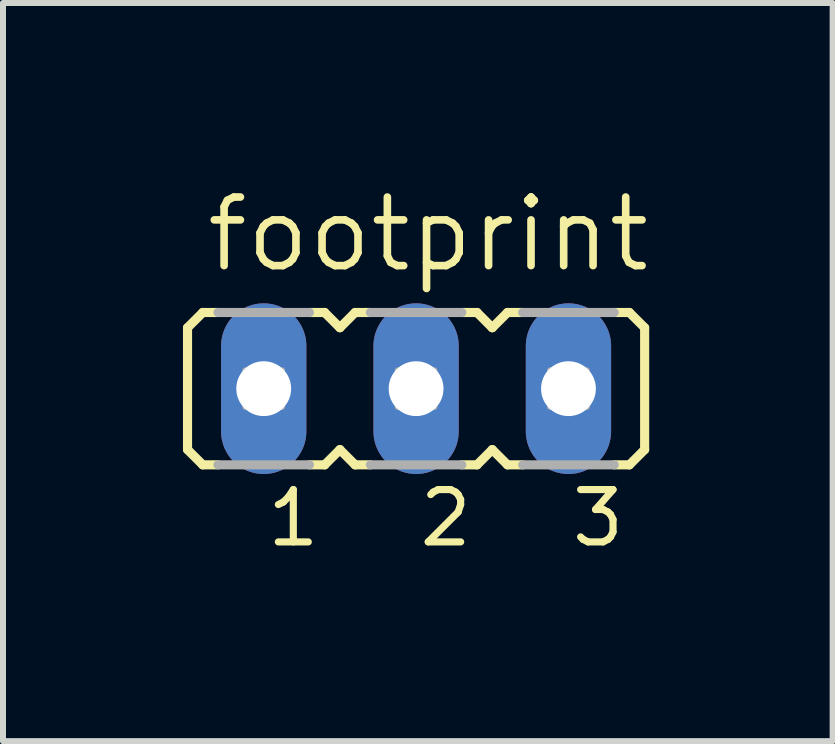
<source format=kicad_pcb>
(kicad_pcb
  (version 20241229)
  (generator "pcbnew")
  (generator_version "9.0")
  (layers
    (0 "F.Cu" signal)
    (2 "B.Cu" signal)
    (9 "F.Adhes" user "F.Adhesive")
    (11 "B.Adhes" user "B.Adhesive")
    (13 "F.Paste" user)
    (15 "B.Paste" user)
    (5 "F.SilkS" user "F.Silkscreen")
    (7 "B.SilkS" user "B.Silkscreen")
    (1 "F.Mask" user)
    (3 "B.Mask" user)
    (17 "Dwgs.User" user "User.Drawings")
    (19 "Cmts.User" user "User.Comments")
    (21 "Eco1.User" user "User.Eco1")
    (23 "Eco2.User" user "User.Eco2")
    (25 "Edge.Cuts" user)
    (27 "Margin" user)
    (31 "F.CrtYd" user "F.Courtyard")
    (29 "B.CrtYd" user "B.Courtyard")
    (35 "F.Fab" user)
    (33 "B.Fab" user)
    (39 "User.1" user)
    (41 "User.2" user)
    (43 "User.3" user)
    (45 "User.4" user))
  (footprint "footprint"
    (layer "F.Cu")
    (at 3.886 3.429)
    (property "Reference" "footprint" (at -3.556 -1.905 0) (layer "F.SilkS") (effects (font (size 1.143 1.143) (thickness 0.127)) (justify left bottom)))
    (fp_line (start -3.81 -1.016) (end -3.556 -1.27) (stroke (width 0.152) (type solid)) (layer "F.SilkS"))
    (fp_line (start -3.81 1.016) (end -3.81 -1.016) (stroke (width 0.152) (type solid)) (layer "F.SilkS"))
    (fp_line (start -3.556 1.27) (end -3.81 1.016) (stroke (width 0.152) (type solid)) (layer "F.SilkS"))
    (fp_line (start -3.302 -1.27) (end -3.556 -1.27) (stroke (width 0.152) (type solid)) (layer "F.SilkS"))
    (fp_line (start -3.302 1.27) (end -3.556 1.27) (stroke (width 0.152) (type solid)) (layer "F.SilkS"))
    (fp_line (start -1.524 -1.27) (end -1.778 -1.27) (stroke (width 0.152) (type solid)) (layer "F.SilkS"))
    (fp_line (start -1.524 1.27) (end -1.778 1.27) (stroke (width 0.152) (type solid)) (layer "F.SilkS"))
    (fp_line (start -1.27 -1.016) (end -1.524 -1.27) (stroke (width 0.152) (type solid)) (layer "F.SilkS"))
    (fp_line (start -1.27 -1.016) (end -1.016 -1.27) (stroke (width 0.152) (type solid)) (layer "F.SilkS"))
    (fp_line (start -1.27 1.016) (end -1.524 1.27) (stroke (width 0.152) (type solid)) (layer "F.SilkS"))
    (fp_line (start -1.27 1.016) (end -1.016 1.27) (stroke (width 0.152) (type solid)) (layer "F.SilkS"))
    (fp_line (start -0.762 -1.27) (end -1.016 -1.27) (stroke (width 0.152) (type solid)) (layer "F.SilkS"))
    (fp_line (start -0.762 1.27) (end -1.016 1.27) (stroke (width 0.152) (type solid)) (layer "F.SilkS"))
    (fp_line (start 1.016 -1.27) (end 0.762 -1.27) (stroke (width 0.152) (type solid)) (layer "F.SilkS"))
    (fp_line (start 1.016 -1.27) (end 1.27 -1.016) (stroke (width 0.152) (type solid)) (layer "F.SilkS"))
    (fp_line (start 1.016 1.27) (end 0.762 1.27) (stroke (width 0.152) (type solid)) (layer "F.SilkS"))
    (fp_line (start 1.27 -1.016) (end 1.524 -1.27) (stroke (width 0.152) (type solid)) (layer "F.SilkS"))
    (fp_line (start 1.27 1.016) (end 1.016 1.27) (stroke (width 0.152) (type solid)) (layer "F.SilkS"))
    (fp_line (start 1.27 1.016) (end 1.524 1.27) (stroke (width 0.152) (type solid)) (layer "F.SilkS"))
    (fp_line (start 1.524 1.27) (end 1.778 1.27) (stroke (width 0.152) (type solid)) (layer "F.SilkS"))
    (fp_line (start 1.778 -1.27) (end 1.524 -1.27) (stroke (width 0.152) (type solid)) (layer "F.SilkS"))
    (fp_line (start 3.302 1.27) (end 3.556 1.27) (stroke (width 0.152) (type solid)) (layer "F.SilkS"))
    (fp_line (start 3.556 -1.27) (end 3.302 -1.27) (stroke (width 0.152) (type solid)) (layer "F.SilkS"))
    (fp_line (start 3.556 -1.27) (end 3.81 -1.016) (stroke (width 0.152) (type solid)) (layer "F.SilkS"))
    (fp_line (start 3.556 1.27) (end 3.81 1.016) (stroke (width 0.152) (type solid)) (layer "F.SilkS"))
    (fp_line (start 3.81 -1.016) (end 3.81 1.016) (stroke (width 0.152) (type solid)) (layer "F.SilkS"))
    (fp_line (start -3.302 -1.27) (end -1.778 -1.27) (stroke (width 0.152) (type solid)) (layer "F.Fab"))
    (fp_line (start -1.778 1.27) (end -3.302 1.27) (stroke (width 0.152) (type solid)) (layer "F.Fab"))
    (fp_line (start 0.762 -1.27) (end -0.762 -1.27) (stroke (width 0.152) (type solid)) (layer "F.Fab"))
    (fp_line (start 0.762 1.27) (end -0.762 1.27) (stroke (width 0.152) (type solid)) (layer "F.Fab"))
    (fp_line (start 3.302 -1.27) (end 1.778 -1.27) (stroke (width 0.152) (type solid)) (layer "F.Fab"))
    (fp_line (start 3.302 1.27) (end 1.778 1.27) (stroke (width 0.152) (type solid)) (layer "F.Fab"))
    (fp_poly (pts (xy -2.845 0.305) (xy -2.235 0.305) (xy -2.235 -0.305) (xy -2.845 -0.305)) (stroke (width 0.1) (type solid)) (fill no) (layer "F.Fab"))
    (fp_poly (pts (xy -0.305 0.305) (xy 0.305 0.305) (xy 0.305 -0.305) (xy -0.305 -0.305)) (stroke (width 0.1) (type solid)) (fill no) (layer "F.Fab"))
    (fp_poly (pts (xy 2.235 0.305) (xy 2.845 0.305) (xy 2.845 -0.305) (xy 2.235 -0.305)) (stroke (width 0.1) (type solid)) (fill no) (layer "F.Fab"))
    (fp_text user "3" (at 2.54 2.667 0) (layer "F.SilkS") (effects (font (size 0.872 0.872) (thickness 0.119)) (justify left bottom)))
    (fp_text user "1" (at -2.54 2.667 0) (layer "F.SilkS") (effects (font (size 0.872 0.872) (thickness 0.119)) (justify left bottom)))
    (fp_text user "2" (at 0 2.667 0) (layer "F.SilkS") (effects (font (size 0.872 0.872) (thickness 0.119)) (justify left bottom)))
    (pad "1" thru_hole oval (at -2.54 0 90) (size 2.845 1.422) (drill 0.914) (layers "*.Cu" "*.Mask"))
    (pad "2" thru_hole oval (at 0 0 90) (size 2.845 1.422) (drill 0.914) (layers "*.Cu" "*.Mask"))
    (pad "3" thru_hole oval (at 2.54 0 90) (size 2.845 1.422) (drill 0.914) (layers "*.Cu" "*.Mask")))
  (gr_rect
    (start -3 -3)
    (end 10.83 9.305)
    (stroke (width 0.1) (type default))
    (fill no)
    (layer "Edge.Cuts")))
</source>
